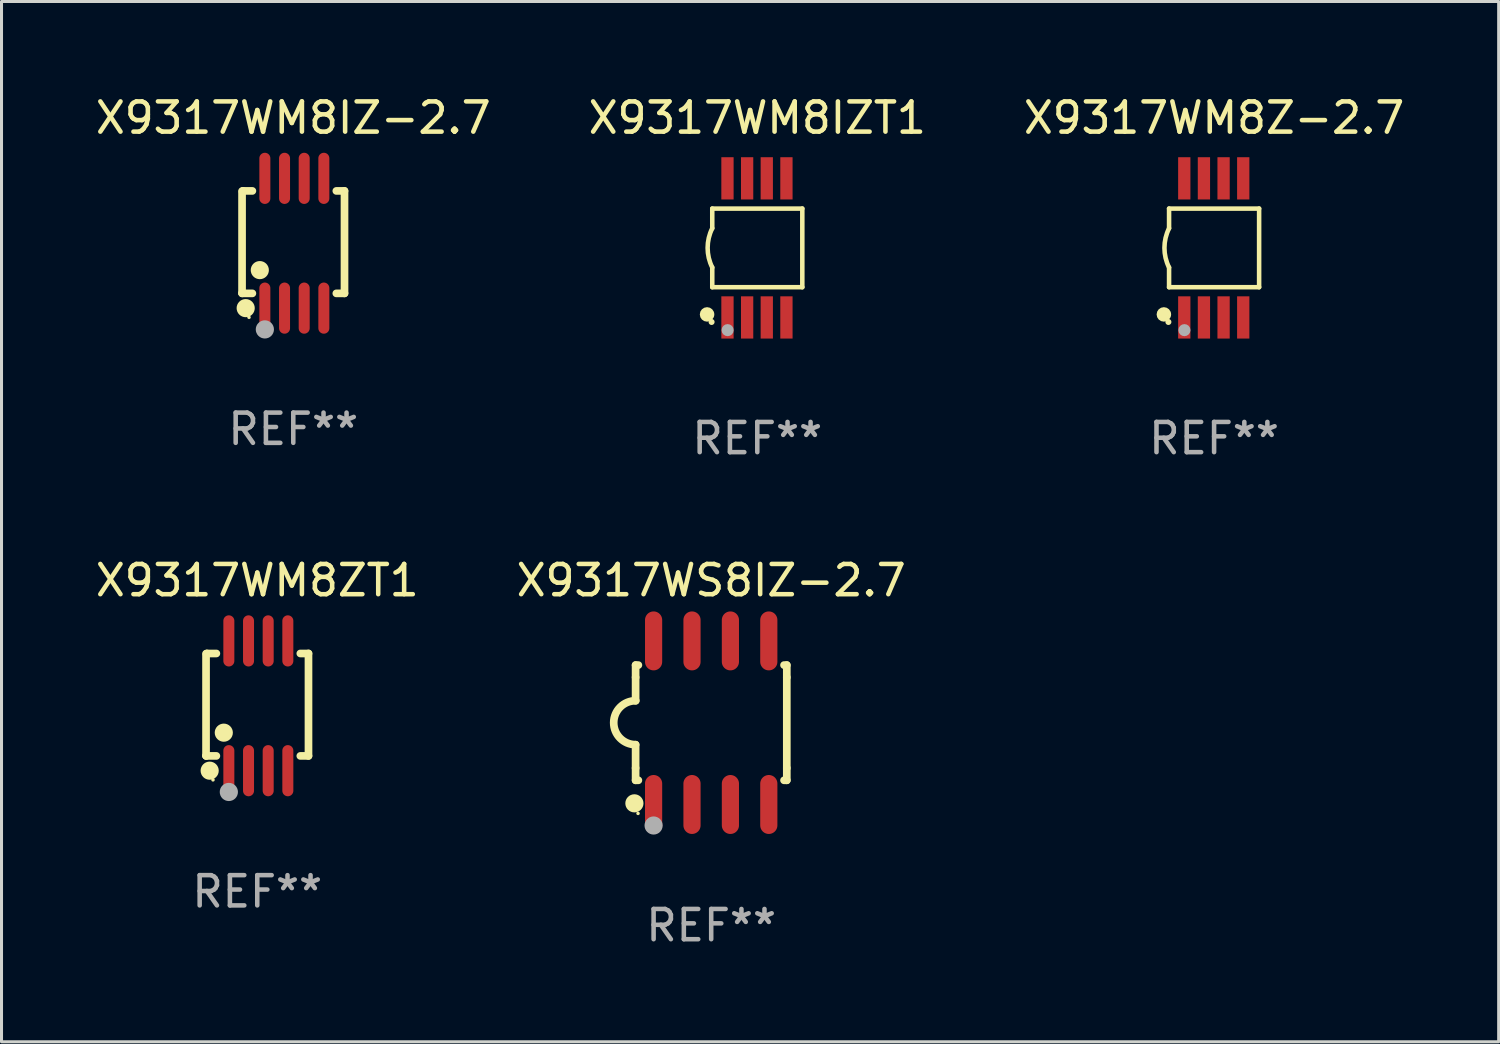
<source format=kicad_pcb>
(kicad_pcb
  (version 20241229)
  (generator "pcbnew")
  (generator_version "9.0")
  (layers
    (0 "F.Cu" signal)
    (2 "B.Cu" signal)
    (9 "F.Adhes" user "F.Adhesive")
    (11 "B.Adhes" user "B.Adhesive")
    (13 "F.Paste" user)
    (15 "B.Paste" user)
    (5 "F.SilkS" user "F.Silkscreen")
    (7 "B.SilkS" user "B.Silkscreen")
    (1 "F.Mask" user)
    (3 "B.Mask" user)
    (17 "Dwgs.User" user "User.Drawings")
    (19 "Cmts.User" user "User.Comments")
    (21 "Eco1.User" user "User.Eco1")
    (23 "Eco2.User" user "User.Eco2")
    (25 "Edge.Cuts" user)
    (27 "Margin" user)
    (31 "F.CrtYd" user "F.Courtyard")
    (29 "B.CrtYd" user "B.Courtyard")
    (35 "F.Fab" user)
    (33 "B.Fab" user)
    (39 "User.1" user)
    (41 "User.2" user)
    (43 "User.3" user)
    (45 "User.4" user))
  (footprint "X9317WS8IZ-2.7"
    (layer "F.Cu")
    (at 20.47 20.85)
    (property "Reference" "X9317WS8IZ-2.7" (at 0 -4.705 0) (layer "F.SilkS") (effects (font (size 1 1) (thickness 0.15))))
    (attr through_hole)
    (fp_line (start -2.5 -1.905) (end -2.409 -1.905) (stroke (width 0.254) (type solid)) (layer "F.SilkS"))
    (fp_line (start -2.5 -1.5) (end -2.5 -1.905) (stroke (width 0.254) (type solid)) (layer "F.SilkS"))
    (fp_line (start -2.5 -1.5) (end -2.5 -0.726) (stroke (width 0.254) (type solid)) (layer "F.SilkS"))
    (fp_line (start -2.5 1.5) (end -2.5 0.727) (stroke (width 0.254) (type solid)) (layer "F.SilkS"))
    (fp_line (start -2.5 1.5) (end -2.5 1.905) (stroke (width 0.254) (type solid)) (layer "F.SilkS"))
    (fp_line (start -2.5 1.905) (end -2.409 1.905) (stroke (width 0.254) (type solid)) (layer "F.SilkS"))
    (fp_line (start 2.5 -1.905) (end 2.409 -1.905) (stroke (width 0.254) (type solid)) (layer "F.SilkS"))
    (fp_line (start 2.5 -1.5) (end 2.5 -1.905) (stroke (width 0.254) (type solid)) (layer "F.SilkS"))
    (fp_line (start 2.5 -1.5) (end 2.5 1.5) (stroke (width 0.254) (type solid)) (layer "F.SilkS"))
    (fp_line (start 2.5 1.5) (end 2.5 1.905) (stroke (width 0.254) (type solid)) (layer "F.SilkS"))
    (fp_line (start 2.5 1.905) (end 2.409 1.905) (stroke (width 0.254) (type solid)) (layer "F.SilkS"))
    (fp_arc (start -2.5 0.726568) (mid -3.220316 -0.0023) (end -2.495097 -0.726289) (stroke (width 0.254001) (type solid)) (layer "F.SilkS"))
    (fp_circle (center -2.54 2.667) (end -2.39 2.667) (stroke (width 0.3) (type solid)) (fill no) (layer "F.SilkS"))
    (fp_circle (center -2.42 3) (end -2.39 3) (stroke (width 0.06) (type solid)) (fill no) (layer "F.SilkS"))
    (fp_circle (center -1.905 3.4) (end -1.755 3.4) (stroke (width 0.3) (type solid)) (fill no) (layer "F.Fab"))
    (fp_text user "REF**" (at 0 6.705 0) (layer "F.Fab") (effects (font (size 1 1) (thickness 0.15))))
    (pad "1" smd oval (at -1.905 2.705) (size 0.568 1.95) (layers "F.Cu" "F.Mask" "F.Paste"))
    (pad "2" smd oval (at -0.635 2.705) (size 0.568 1.95) (layers "F.Cu" "F.Mask" "F.Paste"))
    (pad "3" smd oval (at 0.635 2.705) (size 0.568 1.95) (layers "F.Cu" "F.Mask" "F.Paste"))
    (pad "4" smd oval (at 1.905 2.705) (size 0.568 1.95) (layers "F.Cu" "F.Mask" "F.Paste"))
    (pad "5" smd oval (at 1.905 -2.705) (size 0.568 1.95) (layers "F.Cu" "F.Mask" "F.Paste"))
    (pad "6" smd oval (at 0.635 -2.705) (size 0.568 1.95) (layers "F.Cu" "F.Mask" "F.Paste"))
    (pad "7" smd oval (at -0.635 -2.705) (size 0.568 1.95) (layers "F.Cu" "F.Mask" "F.Paste"))
    (pad "8" smd oval (at -1.905 -2.705) (size 0.568 1.95) (layers "F.Cu" "F.Mask" "F.Paste")))
  (footprint "X9317WM8IZT1"
    (layer "F.Cu")
    (at 21.994 5.148)
    (property "Reference" "X9317WM8IZT1" (at 0 -4.3 0) (layer "F.SilkS") (effects (font (size 1 1) (thickness 0.15))))
    (attr through_hole)
    (fp_line (start -1.489 -1.3) (end -1.489 -0.648) (stroke (width 0.15) (type solid)) (layer "F.SilkS"))
    (fp_line (start -1.489 0.648) (end -1.489 1.3) (stroke (width 0.15) (type solid)) (layer "F.SilkS"))
    (fp_line (start -1.489 1.3) (end 1.489 1.3) (stroke (width 0.15) (type solid)) (layer "F.SilkS"))
    (fp_line (start 1.489 -1.3) (end -1.489 -1.3) (stroke (width 0.15) (type solid)) (layer "F.SilkS"))
    (fp_line (start 1.489 1.3) (end 1.489 -1.3) (stroke (width 0.15) (type solid)) (layer "F.SilkS"))
    (fp_arc (start -1.489205 0.647702) (mid -1.642107 0) (end -1.489205 -0.647701) (stroke (width 0.150013) (type solid)) (layer "F.SilkS"))
    (fp_circle (center -1.661 2.2) (end -1.541 2.2) (stroke (width 0.24) (type solid)) (fill no) (layer "F.SilkS"))
    (fp_circle (center -1.511 2.45) (end -1.461 2.45) (stroke (width 0.1) (type solid)) (fill no) (layer "F.SilkS"))
    (fp_circle (center -0.981 2.72) (end -0.881 2.72) (stroke (width 0.2) (type solid)) (fill no) (layer "F.Fab"))
    (fp_text user "REF**" (at 0 6.3 0) (layer "F.Fab") (effects (font (size 1 1) (thickness 0.15))))
    (pad "1" smd rect (at -0.986 2.3) (size 0.406 1.397) (layers "F.Cu" "F.Mask" "F.Paste"))
    (pad "2" smd rect (at -0.336 2.3) (size 0.406 1.397) (layers "F.Cu" "F.Mask" "F.Paste"))
    (pad "3" smd rect (at 0.314 2.3) (size 0.406 1.397) (layers "F.Cu" "F.Mask" "F.Paste"))
    (pad "4" smd rect (at 0.964 2.3) (size 0.406 1.397) (layers "F.Cu" "F.Mask" "F.Paste"))
    (pad "5" smd rect (at 0.964 -2.3) (size 0.406 1.397) (layers "F.Cu" "F.Mask" "F.Paste"))
    (pad "6" smd rect (at 0.314 -2.3) (size 0.406 1.397) (layers "F.Cu" "F.Mask" "F.Paste"))
    (pad "7" smd rect (at -0.336 -2.3) (size 0.406 1.397) (layers "F.Cu" "F.Mask" "F.Paste"))
    (pad "8" smd rect (at -0.986 -2.3) (size 0.406 1.397) (layers "F.Cu" "F.Mask" "F.Paste")))
  (footprint "X9317WM8IZ-2.7"
    (layer "F.Cu")
    (at 6.649 4.994)
    (property "Reference" "X9317WM8IZ-2.7" (at 0 -4.146 0) (layer "F.SilkS") (effects (font (size 1 1) (thickness 0.15))))
    (attr through_hole)
    (fp_line (start -1.694 -1.724) (end -1.694 1.652) (stroke (width 0.254) (type solid)) (layer "F.SilkS"))
    (fp_line (start -1.694 1.652) (end -1.688 1.658) (stroke (width 0.254) (type solid)) (layer "F.SilkS"))
    (fp_line (start -1.688 1.658) (end -1.353 1.658) (stroke (width 0.254) (type solid)) (layer "F.SilkS"))
    (fp_line (start -1.661 -1.73) (end -1.681 -1.71) (stroke (width 0.254) (type solid)) (layer "F.SilkS"))
    (fp_line (start -1.353 -1.73) (end -1.661 -1.73) (stroke (width 0.254) (type solid)) (layer "F.SilkS"))
    (fp_line (start 1.424 1.658) (end 1.694 1.658) (stroke (width 0.254) (type solid)) (layer "F.SilkS"))
    (fp_line (start 1.694 -1.73) (end 1.424 -1.73) (stroke (width 0.254) (type solid)) (layer "F.SilkS"))
    (fp_line (start 1.694 1.658) (end 1.694 -1.73) (stroke (width 0.254) (type solid)) (layer "F.SilkS"))
    (fp_circle (center -1.574 2.146) (end -1.424 2.146) (stroke (width 0.3) (type solid)) (fill no) (layer "F.SilkS"))
    (fp_circle (center -1.464 2.45) (end -1.434 2.45) (stroke (width 0.06) (type solid)) (fill no) (layer "F.SilkS"))
    (fp_circle (center -1.107 0.889) (end -0.957 0.889) (stroke (width 0.3) (type solid)) (fill no) (layer "F.SilkS"))
    (fp_circle (center -0.94 2.85) (end -0.789 2.85) (stroke (width 0.3) (type solid)) (fill no) (layer "F.Fab"))
    (fp_text user "REF**" (at 0 6.146 0) (layer "F.Fab") (effects (font (size 1 1) (thickness 0.15))))
    (pad "1" smd oval (at -0.94 2.146) (size 0.364 1.692) (layers "F.Cu" "F.Mask" "F.Paste"))
    (pad "2" smd oval (at -0.289 2.146) (size 0.364 1.692) (layers "F.Cu" "F.Mask" "F.Paste"))
    (pad "3" smd oval (at 0.361 2.146) (size 0.364 1.692) (layers "F.Cu" "F.Mask" "F.Paste"))
    (pad "4" smd oval (at 1.011 2.146) (size 0.364 1.692) (layers "F.Cu" "F.Mask" "F.Paste"))
    (pad "5" smd oval (at 1.011 -2.146) (size 0.364 1.692) (layers "F.Cu" "F.Mask" "F.Paste"))
    (pad "6" smd oval (at 0.361 -2.146) (size 0.364 1.692) (layers "F.Cu" "F.Mask" "F.Paste"))
    (pad "7" smd oval (at -0.289 -2.146) (size 0.364 1.692) (layers "F.Cu" "F.Mask" "F.Paste"))
    (pad "8" smd oval (at -0.94 -2.146) (size 0.364 1.692) (layers "F.Cu" "F.Mask" "F.Paste")))
  (footprint "X9317WM8Z-2.7"
    (layer "F.Cu")
    (at 37.101 5.148)
    (property "Reference" "X9317WM8Z-2.7" (at 0 -4.3 0) (layer "F.SilkS") (effects (font (size 1 1) (thickness 0.15))))
    (attr through_hole)
    (fp_line (start -1.489 -1.3) (end -1.489 -0.648) (stroke (width 0.15) (type solid)) (layer "F.SilkS"))
    (fp_line (start -1.489 0.648) (end -1.489 1.3) (stroke (width 0.15) (type solid)) (layer "F.SilkS"))
    (fp_line (start -1.489 1.3) (end 1.489 1.3) (stroke (width 0.15) (type solid)) (layer "F.SilkS"))
    (fp_line (start 1.489 -1.3) (end -1.489 -1.3) (stroke (width 0.15) (type solid)) (layer "F.SilkS"))
    (fp_line (start 1.489 1.3) (end 1.489 -1.3) (stroke (width 0.15) (type solid)) (layer "F.SilkS"))
    (fp_arc (start -1.489205 0.647702) (mid -1.642107 0) (end -1.489205 -0.647701) (stroke (width 0.150013) (type solid)) (layer "F.SilkS"))
    (fp_circle (center -1.661 2.2) (end -1.541 2.2) (stroke (width 0.24) (type solid)) (fill no) (layer "F.SilkS"))
    (fp_circle (center -1.511 2.45) (end -1.461 2.45) (stroke (width 0.1) (type solid)) (fill no) (layer "F.SilkS"))
    (fp_circle (center -0.981 2.72) (end -0.881 2.72) (stroke (width 0.2) (type solid)) (fill no) (layer "F.Fab"))
    (fp_text user "REF**" (at 0 6.3 0) (layer "F.Fab") (effects (font (size 1 1) (thickness 0.15))))
    (pad "1" smd rect (at -0.986 2.3) (size 0.406 1.397) (layers "F.Cu" "F.Mask" "F.Paste"))
    (pad "2" smd rect (at -0.336 2.3) (size 0.406 1.397) (layers "F.Cu" "F.Mask" "F.Paste"))
    (pad "3" smd rect (at 0.314 2.3) (size 0.406 1.397) (layers "F.Cu" "F.Mask" "F.Paste"))
    (pad "4" smd rect (at 0.964 2.3) (size 0.406 1.397) (layers "F.Cu" "F.Mask" "F.Paste"))
    (pad "5" smd rect (at 0.964 -2.3) (size 0.406 1.397) (layers "F.Cu" "F.Mask" "F.Paste"))
    (pad "6" smd rect (at 0.314 -2.3) (size 0.406 1.397) (layers "F.Cu" "F.Mask" "F.Paste"))
    (pad "7" smd rect (at -0.336 -2.3) (size 0.406 1.397) (layers "F.Cu" "F.Mask" "F.Paste"))
    (pad "8" smd rect (at -0.986 -2.3) (size 0.406 1.397) (layers "F.Cu" "F.Mask" "F.Paste")))
  (footprint "X9317WM8ZT1"
    (layer "F.Cu")
    (at 5.458 20.291)
    (property "Reference" "X9317WM8ZT1" (at 0 -4.146 0) (layer "F.SilkS") (effects (font (size 1 1) (thickness 0.15))))
    (attr through_hole)
    (fp_line (start -1.694 -1.724) (end -1.694 1.652) (stroke (width 0.254) (type solid)) (layer "F.SilkS"))
    (fp_line (start -1.694 1.652) (end -1.688 1.658) (stroke (width 0.254) (type solid)) (layer "F.SilkS"))
    (fp_line (start -1.688 1.658) (end -1.353 1.658) (stroke (width 0.254) (type solid)) (layer "F.SilkS"))
    (fp_line (start -1.661 -1.73) (end -1.681 -1.71) (stroke (width 0.254) (type solid)) (layer "F.SilkS"))
    (fp_line (start -1.353 -1.73) (end -1.661 -1.73) (stroke (width 0.254) (type solid)) (layer "F.SilkS"))
    (fp_line (start 1.424 1.658) (end 1.694 1.658) (stroke (width 0.254) (type solid)) (layer "F.SilkS"))
    (fp_line (start 1.694 -1.73) (end 1.424 -1.73) (stroke (width 0.254) (type solid)) (layer "F.SilkS"))
    (fp_line (start 1.694 1.658) (end 1.694 -1.73) (stroke (width 0.254) (type solid)) (layer "F.SilkS"))
    (fp_circle (center -1.574 2.146) (end -1.424 2.146) (stroke (width 0.3) (type solid)) (fill no) (layer "F.SilkS"))
    (fp_circle (center -1.464 2.45) (end -1.434 2.45) (stroke (width 0.06) (type solid)) (fill no) (layer "F.SilkS"))
    (fp_circle (center -1.107 0.889) (end -0.957 0.889) (stroke (width 0.3) (type solid)) (fill no) (layer "F.SilkS"))
    (fp_circle (center -0.94 2.85) (end -0.789 2.85) (stroke (width 0.3) (type solid)) (fill no) (layer "F.Fab"))
    (fp_text user "REF**" (at 0 6.146 0) (layer "F.Fab") (effects (font (size 1 1) (thickness 0.15))))
    (pad "1" smd oval (at -0.94 2.146) (size 0.364 1.692) (layers "F.Cu" "F.Mask" "F.Paste"))
    (pad "2" smd oval (at -0.289 2.146) (size 0.364 1.692) (layers "F.Cu" "F.Mask" "F.Paste"))
    (pad "3" smd oval (at 0.361 2.146) (size 0.364 1.692) (layers "F.Cu" "F.Mask" "F.Paste"))
    (pad "4" smd oval (at 1.011 2.146) (size 0.364 1.692) (layers "F.Cu" "F.Mask" "F.Paste"))
    (pad "5" smd oval (at 1.011 -2.146) (size 0.364 1.692) (layers "F.Cu" "F.Mask" "F.Paste"))
    (pad "6" smd oval (at 0.361 -2.146) (size 0.364 1.692) (layers "F.Cu" "F.Mask" "F.Paste"))
    (pad "7" smd oval (at -0.289 -2.146) (size 0.364 1.692) (layers "F.Cu" "F.Mask" "F.Paste"))
    (pad "8" smd oval (at -0.94 -2.146) (size 0.364 1.692) (layers "F.Cu" "F.Mask" "F.Paste")))
  (gr_rect
    (start -3 -3)
    (end 46.512 31.403)
    (stroke (width 0.1) (type default))
    (fill no)
    (layer "Edge.Cuts")))
</source>
